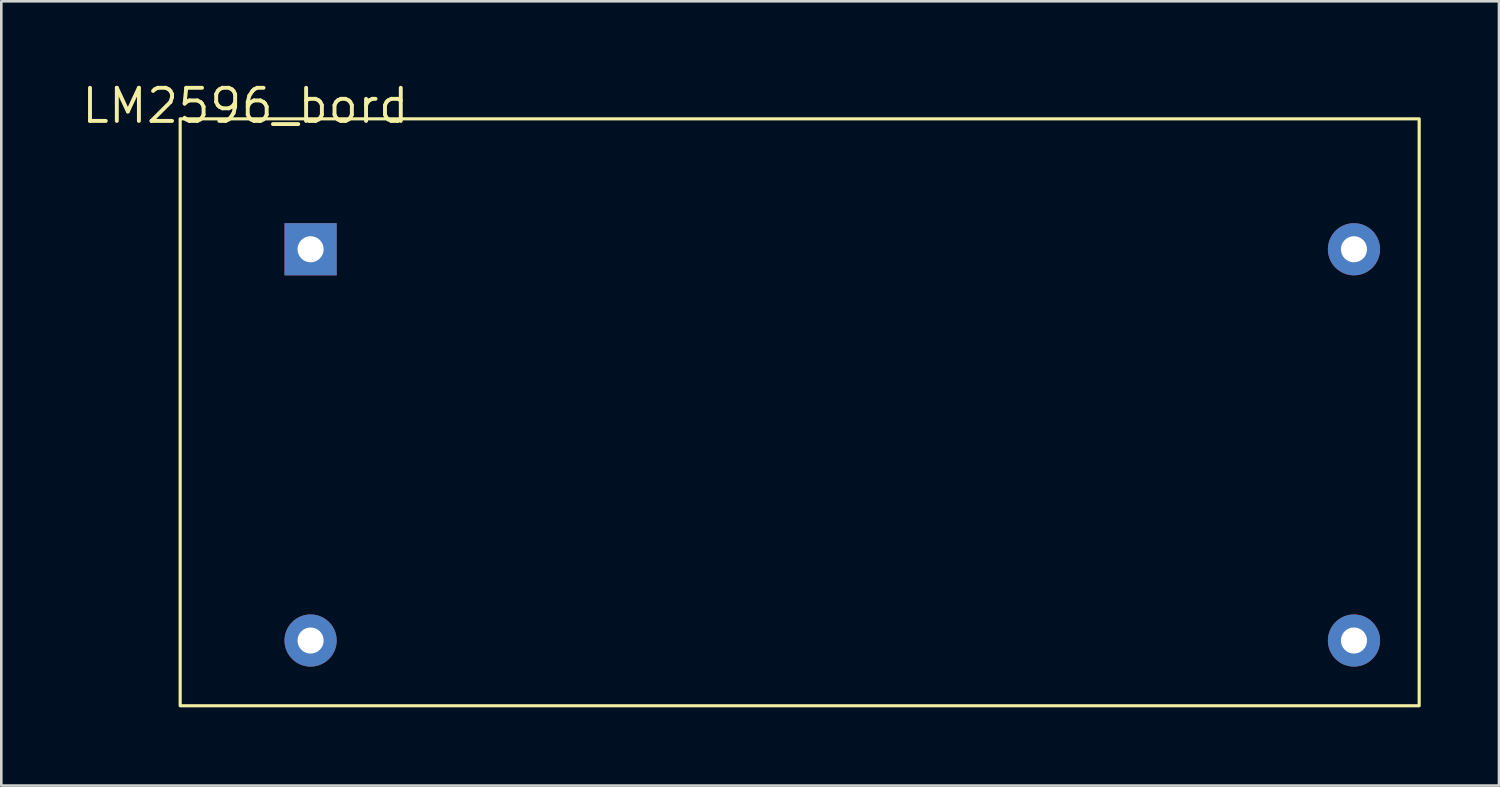
<source format=kicad_pcb>
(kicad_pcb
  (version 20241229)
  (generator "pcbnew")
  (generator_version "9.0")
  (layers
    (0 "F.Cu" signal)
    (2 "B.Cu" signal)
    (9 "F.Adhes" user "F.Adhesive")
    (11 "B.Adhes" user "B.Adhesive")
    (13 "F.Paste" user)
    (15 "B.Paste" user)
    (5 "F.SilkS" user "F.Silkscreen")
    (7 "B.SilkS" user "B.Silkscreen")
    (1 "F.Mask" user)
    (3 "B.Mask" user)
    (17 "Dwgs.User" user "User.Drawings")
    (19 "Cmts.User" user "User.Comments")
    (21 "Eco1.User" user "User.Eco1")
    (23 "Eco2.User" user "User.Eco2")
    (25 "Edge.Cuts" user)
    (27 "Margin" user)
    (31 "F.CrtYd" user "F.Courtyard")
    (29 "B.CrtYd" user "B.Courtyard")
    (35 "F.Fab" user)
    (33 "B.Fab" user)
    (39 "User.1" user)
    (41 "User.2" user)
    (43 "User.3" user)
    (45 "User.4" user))
  (footprint "LM2596_bord"
    (layer "F.Cu")
    (at 6.357 4.006)
    (property "Reference" "LM2596_bord" (at 0 -3 0) (layer "F.SilkS") (effects (font (size 1.27 1.27) (thickness 0.15))))
    (attr through_hole)
    (fp_rect (start -2.5 -2.5) (end 45 20) (stroke (width 0.12) (type solid)) (fill no) (layer "F.SilkS"))
    (pad "IN+" thru_hole circle (at 2.5 17.5) (size 2 2) (drill 1) (layers "*.Cu" "*.Mask"))
    (pad "IN-" thru_hole rect (at 2.5 2.5) (size 2 2) (drill 1) (layers "*.Cu" "*.Mask"))
    (pad "OUT+" thru_hole circle (at 42.5 17.5) (size 2 2) (drill 1) (layers "*.Cu" "*.Mask"))
    (pad "OUT-" thru_hole circle (at 42.5 2.5) (size 2 2) (drill 1) (layers "*.Cu" "*.Mask")))
  (gr_rect
    (start -3 -3)
    (end 54.417 27.066)
    (stroke (width 0.1) (type default))
    (fill no)
    (layer "Edge.Cuts")))
</source>
